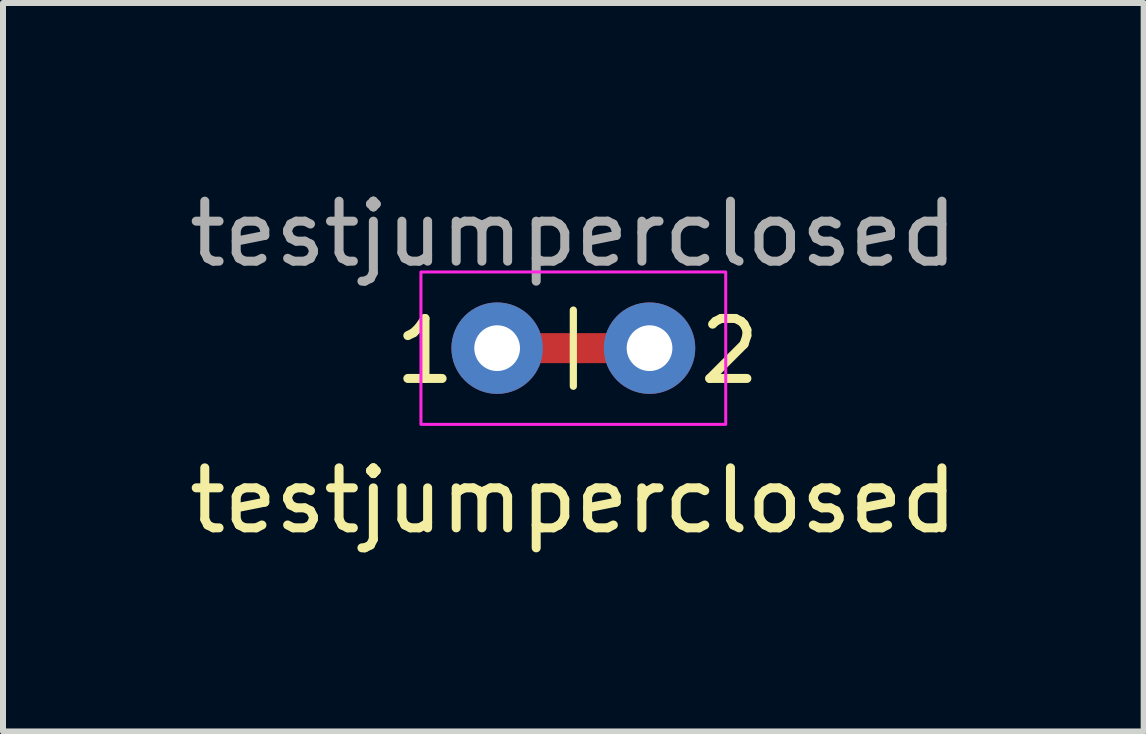
<source format=kicad_pcb>
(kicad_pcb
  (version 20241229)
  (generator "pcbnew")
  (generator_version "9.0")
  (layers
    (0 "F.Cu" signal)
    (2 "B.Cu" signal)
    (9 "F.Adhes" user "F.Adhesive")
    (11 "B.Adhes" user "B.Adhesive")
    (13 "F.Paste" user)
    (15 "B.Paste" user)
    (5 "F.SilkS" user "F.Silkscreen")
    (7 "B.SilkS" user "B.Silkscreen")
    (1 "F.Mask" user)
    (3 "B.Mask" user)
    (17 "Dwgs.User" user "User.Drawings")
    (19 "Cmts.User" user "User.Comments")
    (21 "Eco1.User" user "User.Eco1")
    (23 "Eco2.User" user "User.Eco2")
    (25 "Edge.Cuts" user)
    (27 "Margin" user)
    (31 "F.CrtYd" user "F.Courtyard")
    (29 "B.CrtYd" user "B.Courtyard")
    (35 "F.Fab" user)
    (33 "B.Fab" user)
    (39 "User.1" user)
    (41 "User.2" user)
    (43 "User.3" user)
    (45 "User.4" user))
  (footprint "testjumperclosed"
    (layer "F.Cu")
    (at 6.506 2.753)
    (property "Reference" "testjumperclosed" (at 0 -1.905 0) (unlocked yes) (layer "F.Fab") (effects (font (size 1 1) (thickness 0.15))))
    (attr through_hole)
    (fp_line (start -0.635 0) (end 0.635 0) (stroke (width 0.5) (type default)) (layer "F.Cu"))
    (fp_line (start 0 -0.635) (end 0 0.635) (stroke (width 0.12) (type default)) (layer "F.SilkS"))
    (fp_rect (start -2.54 -1.27) (end 2.54 1.27) (stroke (width 0.05) (type default)) (fill no) (layer "F.CrtYd"))
    (fp_text user "${REFERENCE}" (at 0 2.54 0) (unlocked yes) (layer "F.SilkS") (effects (font (size 1 1) (thickness 0.15))))
    (fp_text user "1" (at -3.048 0.635 0) (unlocked yes) (layer "F.SilkS") (effects (font (size 1 1) (thickness 0.15)) (justify left bottom)))
    (fp_text user "2" (at 2.032 0.635 0) (unlocked yes) (layer "F.SilkS") (effects (font (size 1 1) (thickness 0.15)) (justify left bottom)))
    (pad "1" thru_hole circle (at -1.27 0) (size 1.524 1.524) (drill 0.762) (layers "*.Cu" "*.Mask"))
    (pad "2" thru_hole circle (at 1.27 0) (size 1.524 1.524) (drill 0.762) (layers "*.Cu" "*.Mask")))
  (gr_rect
    (start -3 -3)
    (end 16.012 9.142)
    (stroke (width 0.1) (type default))
    (fill no)
    (layer "Edge.Cuts")))
</source>
